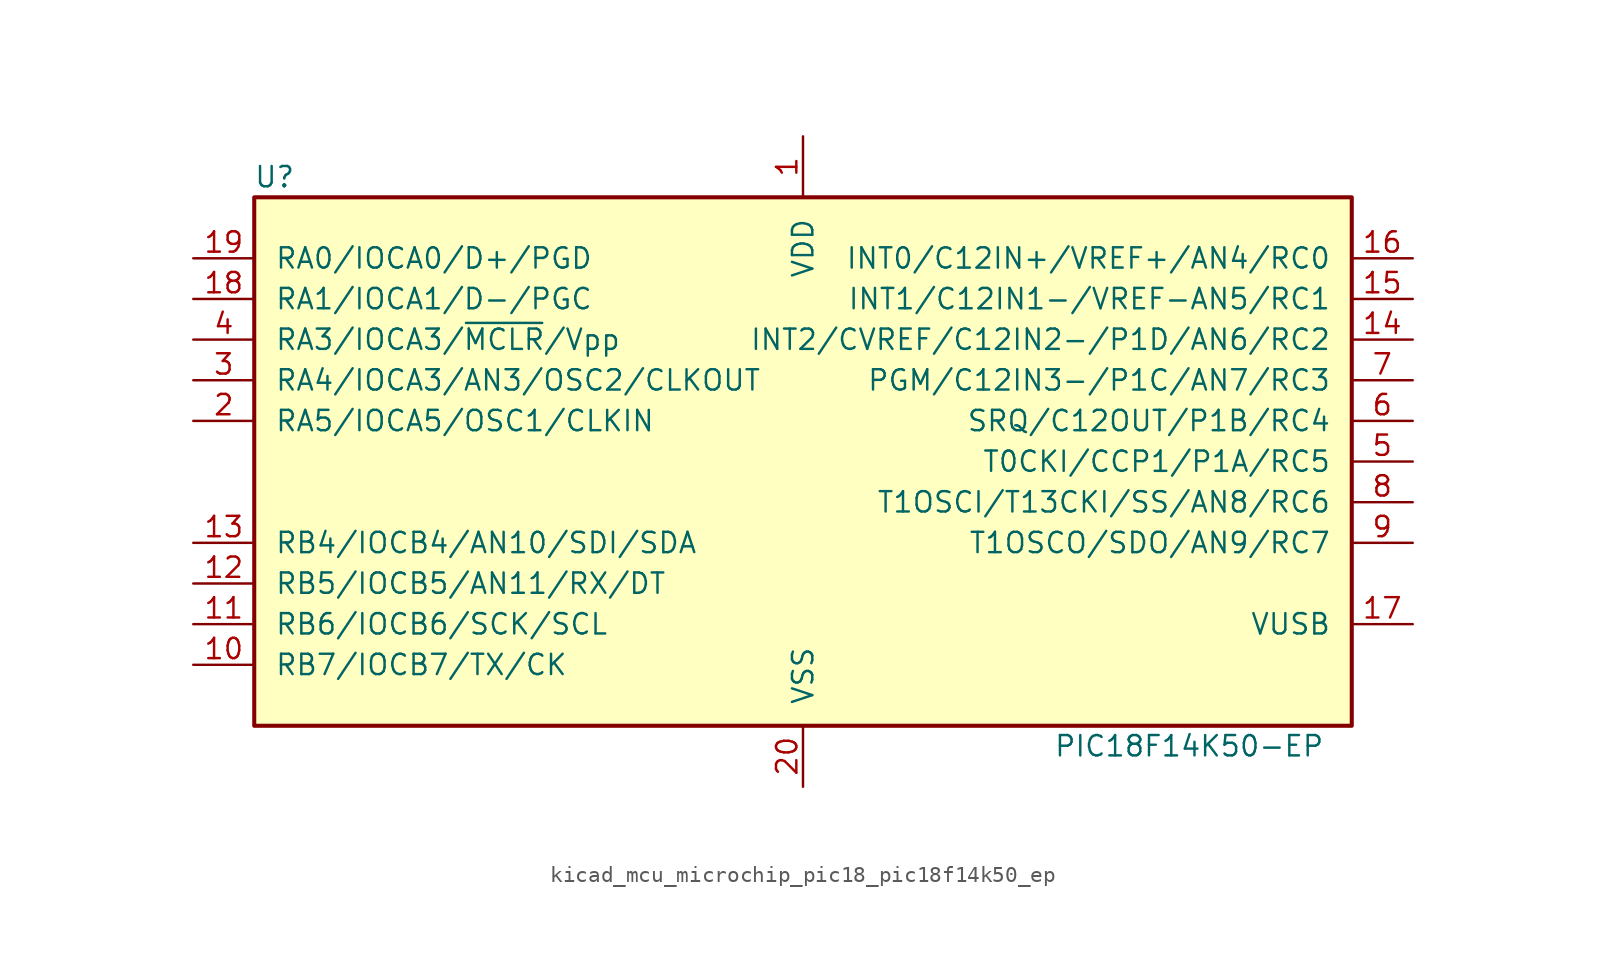
<source format=kicad_sym>
(kicad_symbol_lib
  (version 20220914)
  (generator kicad_symbol_editor)
  (symbol "kicad_mcu_microchip_pic18_pic18f14k50_ep"
    (pin_names
      (offset 1.27))
    (property "Reference" "U"
      (at -33.02 17.78 0)
      (effects (font (size 1.27 1.27))))
    (property "Value" "PIC18F14K50-EP"
      (at 24.13 -17.78 0)
      (effects (font (size 1.27 1.27))))
    (symbol "kicad_mcu_microchip_pic18_pic18f14k50_ep_0_1"
      (rectangle (start -34.29 16.51) (end 34.29 -16.51) (stroke (width 0.254) (type default)) (fill (type background))))
    (symbol "kicad_mcu_microchip_pic18_pic18f14k50_ep_1_1"
      (pin power_in line (at 0 20.32 270) (length 3.81) (name "VDD" (effects (font (size 1.27 1.27)))) (number "1" (effects (font (size 1.27 1.27)))))
      (pin bidirectional line (at -38.1 -12.7 0) (length 3.81) (name "RB7/IOCB7/TX/CK" (effects (font (size 1.27 1.27)))) (number "10" (effects (font (size 1.27 1.27)))))
      (pin bidirectional line (at -38.1 -10.16 0) (length 3.81) (name "RB6/IOCB6/SCK/SCL" (effects (font (size 1.27 1.27)))) (number "11" (effects (font (size 1.27 1.27)))))
      (pin bidirectional line (at -38.1 -7.62 0) (length 3.81) (name "RB5/IOCB5/AN11/RX/DT" (effects (font (size 1.27 1.27)))) (number "12" (effects (font (size 1.27 1.27)))))
      (pin bidirectional line (at -38.1 -5.08 0) (length 3.81) (name "RB4/IOCB4/AN10/SDI/SDA" (effects (font (size 1.27 1.27)))) (number "13" (effects (font (size 1.27 1.27)))))
      (pin bidirectional line (at 38.1 7.62 180) (length 3.81) (name "INT2/CVREF/C12IN2-/P1D/AN6/RC2" (effects (font (size 1.27 1.27)))) (number "14" (effects (font (size 1.27 1.27)))))
      (pin bidirectional line (at 38.1 10.16 180) (length 3.81) (name "INT1/C12IN1-/VREF-AN5/RC1" (effects (font (size 1.27 1.27)))) (number "15" (effects (font (size 1.27 1.27)))))
      (pin bidirectional line (at 38.1 12.7 180) (length 3.81) (name "INT0/C12IN+/VREF+/AN4/RC0" (effects (font (size 1.27 1.27)))) (number "16" (effects (font (size 1.27 1.27)))))
      (pin passive line (at 38.1 -10.16 180) (length 3.81) (name "VUSB" (effects (font (size 1.27 1.27)))) (number "17" (effects (font (size 1.27 1.27)))))
      (pin bidirectional line (at -38.1 10.16 0) (length 3.81) (name "RA1/IOCA1/D-/PGC" (effects (font (size 1.27 1.27)))) (number "18" (effects (font (size 1.27 1.27)))))
      (pin bidirectional line (at -38.1 12.7 0) (length 3.81) (name "RA0/IOCA0/D+/PGD" (effects (font (size 1.27 1.27)))) (number "19" (effects (font (size 1.27 1.27)))))
      (pin bidirectional line (at -38.1 2.54 0) (length 3.81) (name "RA5/IOCA5/OSC1/CLKIN" (effects (font (size 1.27 1.27)))) (number "2" (effects (font (size 1.27 1.27)))))
      (pin power_in line (at 0 -20.32 90) (length 3.81) (name "VSS" (effects (font (size 1.27 1.27)))) (number "20" (effects (font (size 1.27 1.27)))))
      (pin bidirectional line (at -38.1 5.08 0) (length 3.81) (name "RA4/IOCA3/AN3/OSC2/CLKOUT" (effects (font (size 1.27 1.27)))) (number "3" (effects (font (size 1.27 1.27)))))
      (pin input line (at -38.1 7.62 0) (length 3.81) (name "RA3/IOCA3/~{MCLR}/Vpp" (effects (font (size 1.27 1.27)))) (number "4" (effects (font (size 1.27 1.27)))))
      (pin bidirectional line (at 38.1 0 180) (length 3.81) (name "T0CKI/CCP1/P1A/RC5" (effects (font (size 1.27 1.27)))) (number "5" (effects (font (size 1.27 1.27)))))
      (pin bidirectional line (at 38.1 2.54 180) (length 3.81) (name "SRQ/C12OUT/P1B/RC4" (effects (font (size 1.27 1.27)))) (number "6" (effects (font (size 1.27 1.27)))))
      (pin bidirectional line (at 38.1 5.08 180) (length 3.81) (name "PGM/C12IN3-/P1C/AN7/RC3" (effects (font (size 1.27 1.27)))) (number "7" (effects (font (size 1.27 1.27)))))
      (pin bidirectional line (at 38.1 -2.54 180) (length 3.81) (name "T1OSCI/T13CKI/SS/AN8/RC6" (effects (font (size 1.27 1.27)))) (number "8" (effects (font (size 1.27 1.27)))))
      (pin bidirectional line (at 38.1 -5.08 180) (length 3.81) (name "T1OSCO/SDO/AN9/RC7" (effects (font (size 1.27 1.27)))) (number "9" (effects (font (size 1.27 1.27))))))))
</source>
